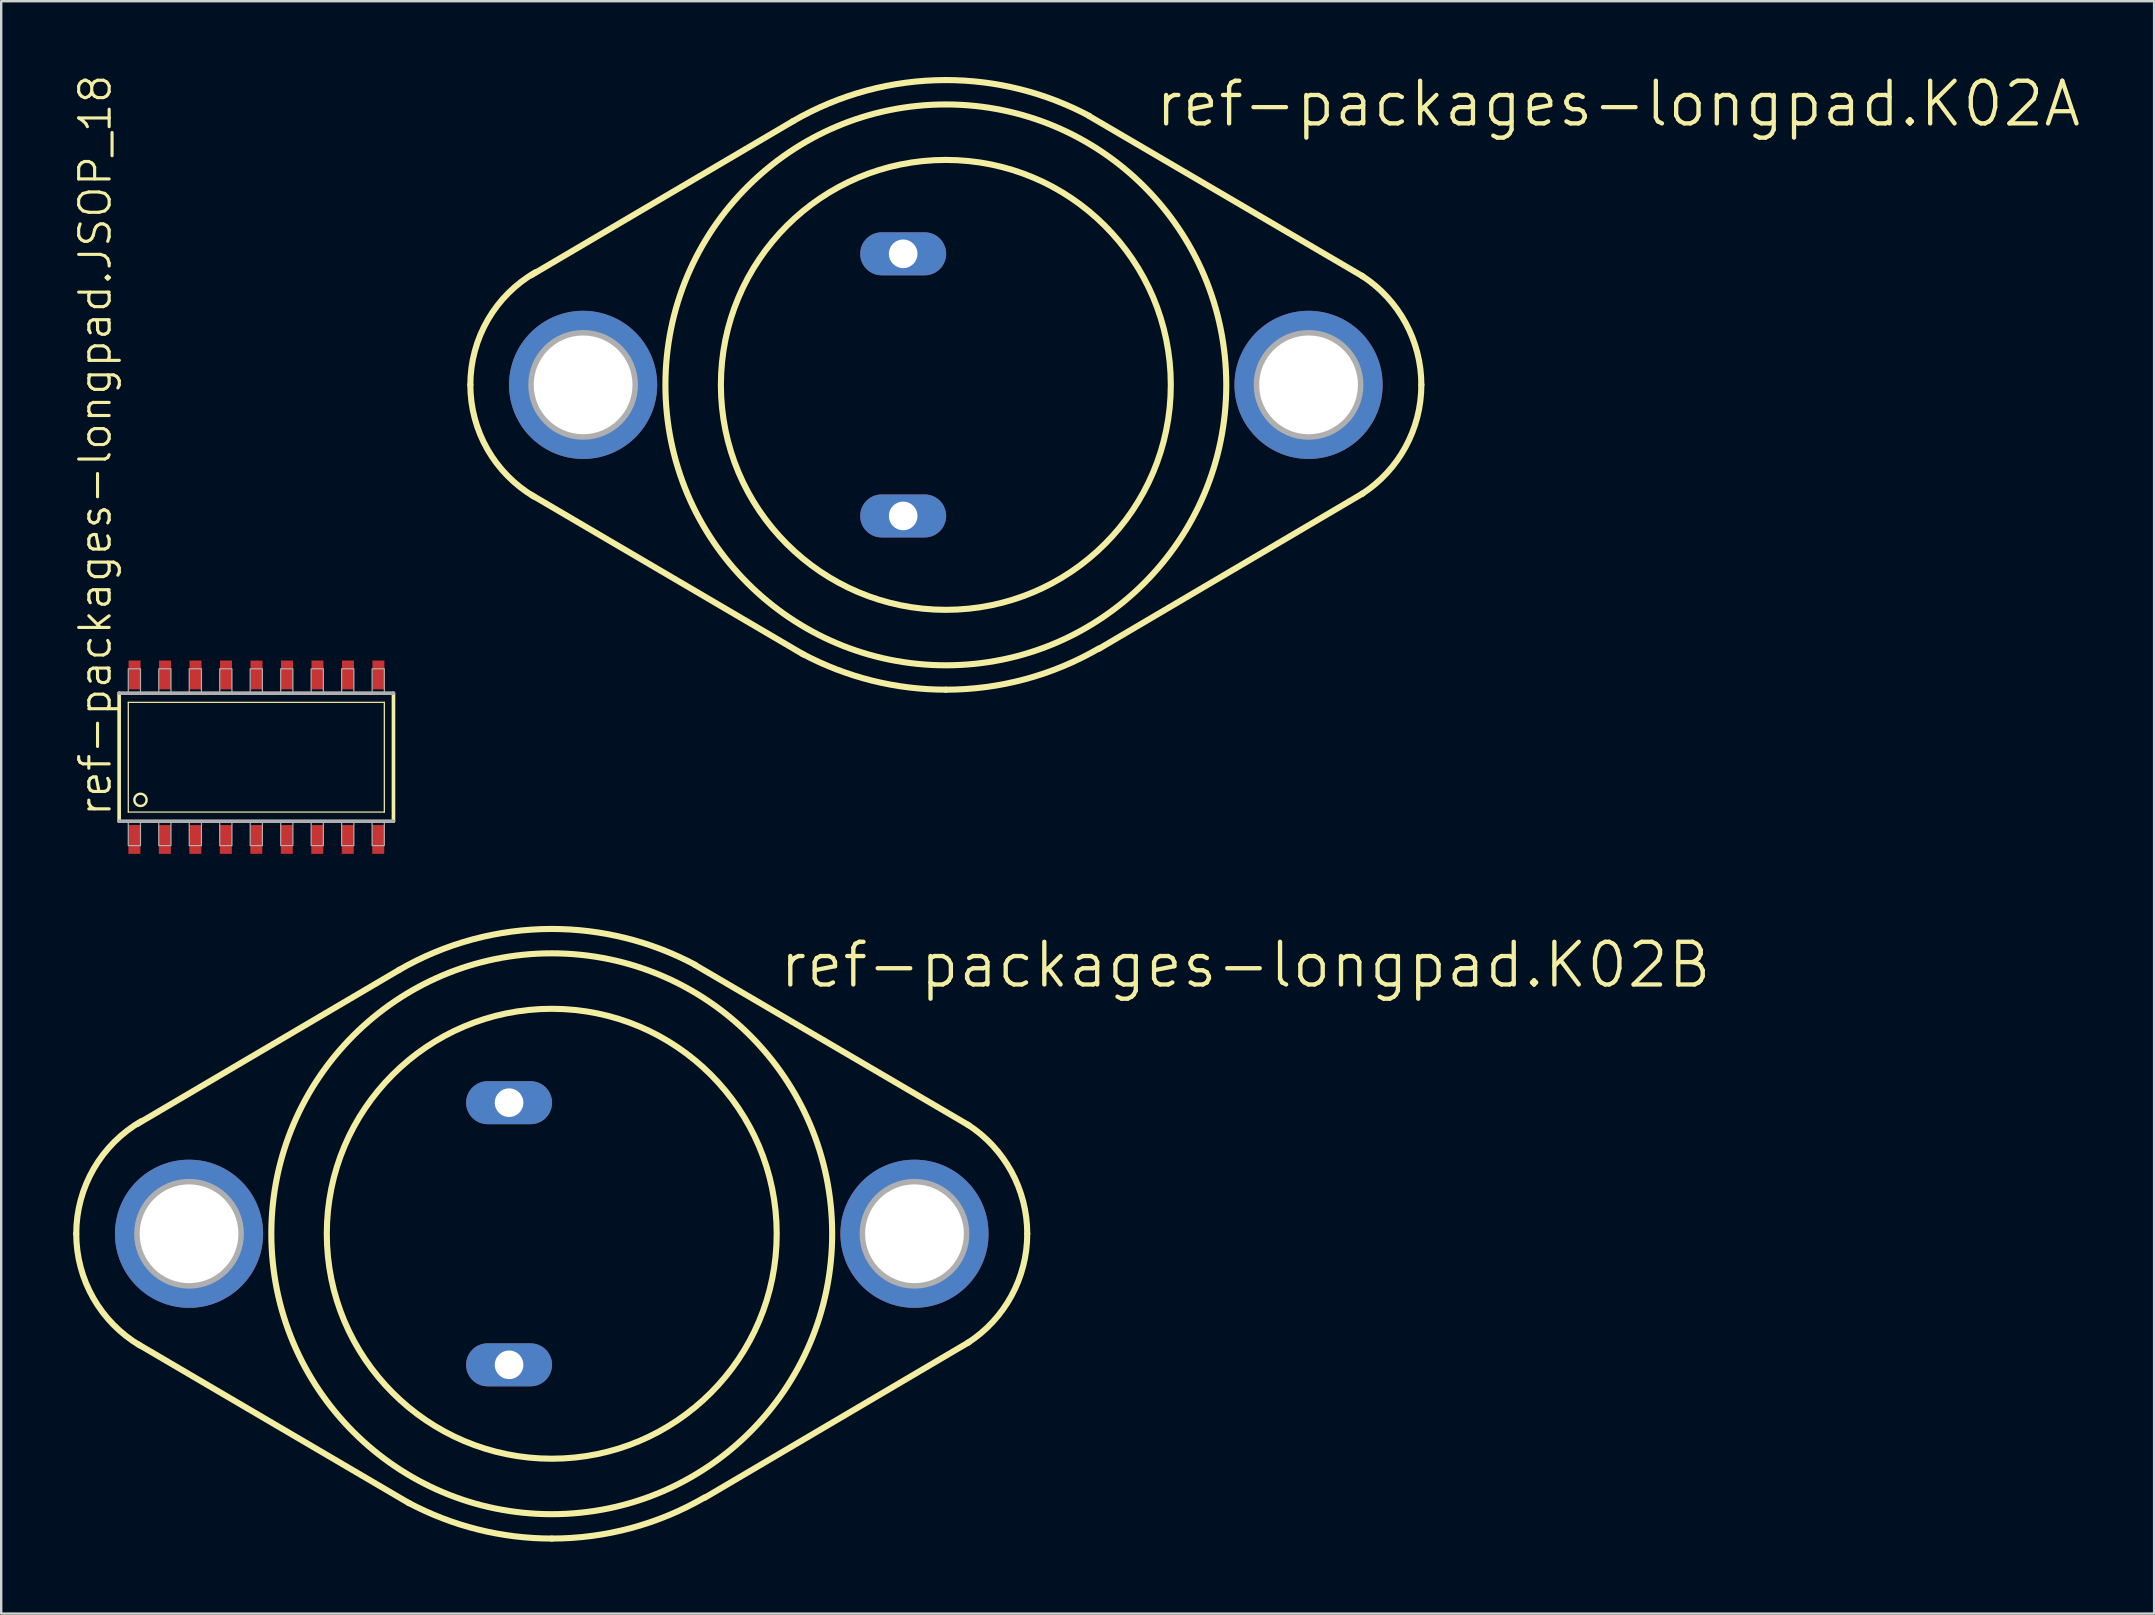
<source format=kicad_pcb>
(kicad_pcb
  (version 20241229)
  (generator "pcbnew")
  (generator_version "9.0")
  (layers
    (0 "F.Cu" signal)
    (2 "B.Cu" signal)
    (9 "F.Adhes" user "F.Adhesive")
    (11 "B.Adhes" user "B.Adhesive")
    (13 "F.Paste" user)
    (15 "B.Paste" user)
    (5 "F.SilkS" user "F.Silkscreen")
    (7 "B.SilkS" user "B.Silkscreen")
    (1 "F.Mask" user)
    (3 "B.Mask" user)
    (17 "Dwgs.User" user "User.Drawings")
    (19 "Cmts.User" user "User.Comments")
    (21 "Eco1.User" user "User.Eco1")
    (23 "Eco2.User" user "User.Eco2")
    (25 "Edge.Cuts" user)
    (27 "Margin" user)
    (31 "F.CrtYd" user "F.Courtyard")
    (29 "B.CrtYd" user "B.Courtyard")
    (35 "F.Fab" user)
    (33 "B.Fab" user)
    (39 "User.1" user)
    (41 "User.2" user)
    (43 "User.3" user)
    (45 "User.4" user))
  (footprint "ref-packages-longpad.JSOP_18"
    (layer "F.Cu")
    (at 7.629 28.499)
    (property "Reference" "ref-packages-longpad.JSOP_18" (at -5.969 2.54 90) (layer "F.SilkS") (effects (font (size 1.27 1.27) (thickness 0.13)) (justify left bottom)))
    (attr smd)
    (fp_line (start -5.715 2.667) (end -5.715 -2.667) (stroke (width 0.152) (type default)) (layer "F.SilkS"))
    (fp_line (start -5.334 -2.286) (end 5.334 -2.286) (stroke (width 0.051) (type default)) (layer "F.SilkS"))
    (fp_line (start -5.334 2.286) (end -5.334 -2.286) (stroke (width 0.051) (type default)) (layer "F.SilkS"))
    (fp_line (start 5.334 -2.286) (end 5.334 2.286) (stroke (width 0.051) (type default)) (layer "F.SilkS"))
    (fp_line (start 5.334 2.286) (end -5.334 2.286) (stroke (width 0.051) (type default)) (layer "F.SilkS"))
    (fp_line (start 5.715 -2.667) (end 5.715 2.667) (stroke (width 0.152) (type default)) (layer "F.SilkS"))
    (fp_circle (center -4.826 1.778) (end -4.572 1.778) (stroke (width 0.1) (type default)) (fill no) (layer "F.SilkS"))
    (fp_line (start -5.715 -2.667) (end 5.715 -2.667) (stroke (width 0.152) (type default)) (layer "F.Fab"))
    (fp_line (start 5.715 2.667) (end -5.715 2.667) (stroke (width 0.152) (type default)) (layer "F.Fab"))
    (fp_rect (start -5.334 -2.667) (end -4.826 -3.683) (stroke (width 0.05) (type default)) (fill no) (layer "F.Fab"))
    (fp_rect (start -5.334 3.683) (end -4.826 2.667) (stroke (width 0.05) (type default)) (fill no) (layer "F.Fab"))
    (fp_rect (start -4.064 -2.667) (end -3.556 -3.683) (stroke (width 0.05) (type default)) (fill no) (layer "F.Fab"))
    (fp_rect (start -4.064 3.683) (end -3.556 2.667) (stroke (width 0.05) (type default)) (fill no) (layer "F.Fab"))
    (fp_rect (start -2.794 -2.667) (end -2.286 -3.683) (stroke (width 0.05) (type default)) (fill no) (layer "F.Fab"))
    (fp_rect (start -2.794 3.683) (end -2.286 2.667) (stroke (width 0.05) (type default)) (fill no) (layer "F.Fab"))
    (fp_rect (start -1.524 -2.667) (end -1.016 -3.683) (stroke (width 0.05) (type default)) (fill no) (layer "F.Fab"))
    (fp_rect (start -1.524 3.683) (end -1.016 2.667) (stroke (width 0.05) (type default)) (fill no) (layer "F.Fab"))
    (fp_rect (start -0.254 -2.667) (end 0.254 -3.683) (stroke (width 0.05) (type default)) (fill no) (layer "F.Fab"))
    (fp_rect (start -0.254 3.683) (end 0.254 2.667) (stroke (width 0.05) (type default)) (fill no) (layer "F.Fab"))
    (fp_rect (start 1.016 -2.667) (end 1.524 -3.683) (stroke (width 0.05) (type default)) (fill no) (layer "F.Fab"))
    (fp_rect (start 1.016 3.683) (end 1.524 2.667) (stroke (width 0.05) (type default)) (fill no) (layer "F.Fab"))
    (fp_rect (start 2.286 -2.667) (end 2.794 -3.683) (stroke (width 0.05) (type default)) (fill no) (layer "F.Fab"))
    (fp_rect (start 2.286 3.683) (end 2.794 2.667) (stroke (width 0.05) (type default)) (fill no) (layer "F.Fab"))
    (fp_rect (start 3.556 -2.667) (end 4.064 -3.683) (stroke (width 0.05) (type default)) (fill no) (layer "F.Fab"))
    (fp_rect (start 3.556 3.683) (end 4.064 2.667) (stroke (width 0.05) (type default)) (fill no) (layer "F.Fab"))
    (fp_rect (start 4.826 -2.667) (end 5.334 -3.683) (stroke (width 0.05) (type default)) (fill no) (layer "F.Fab"))
    (fp_rect (start 4.826 3.683) (end 5.334 2.667) (stroke (width 0.05) (type default)) (fill no) (layer "F.Fab"))
    (pad "1" smd roundrect (at -5.08 3.429) (size 0.5 1.2) (layers "F.Cu" "F.Mask" "F.Paste") (roundrect_rratio 0.01))
    (pad "2" smd roundrect (at -3.81 3.429) (size 0.5 1.2) (layers "F.Cu" "F.Mask" "F.Paste") (roundrect_rratio 0.01))
    (pad "3" smd roundrect (at -2.54 3.429) (size 0.5 1.2) (layers "F.Cu" "F.Mask" "F.Paste") (roundrect_rratio 0.01))
    (pad "4" smd roundrect (at -1.27 3.429) (size 0.5 1.2) (layers "F.Cu" "F.Mask" "F.Paste") (roundrect_rratio 0.01))
    (pad "5" smd roundrect (at 0 3.429) (size 0.5 1.2) (layers "F.Cu" "F.Mask" "F.Paste") (roundrect_rratio 0.01))
    (pad "6" smd roundrect (at 1.27 3.429) (size 0.5 1.2) (layers "F.Cu" "F.Mask" "F.Paste") (roundrect_rratio 0.01))
    (pad "7" smd roundrect (at 2.54 3.429) (size 0.5 1.2) (layers "F.Cu" "F.Mask" "F.Paste") (roundrect_rratio 0.01))
    (pad "8" smd roundrect (at 3.81 3.429) (size 0.5 1.2) (layers "F.Cu" "F.Mask" "F.Paste") (roundrect_rratio 0.01))
    (pad "9" smd roundrect (at 5.08 3.429) (size 0.5 1.2) (layers "F.Cu" "F.Mask" "F.Paste") (roundrect_rratio 0.01))
    (pad "10" smd roundrect (at 5.088 -3.429) (size 0.5 1.2) (layers "F.Cu" "F.Mask" "F.Paste") (roundrect_rratio 0.01))
    (pad "11" smd roundrect (at 3.818 -3.429) (size 0.5 1.2) (layers "F.Cu" "F.Mask" "F.Paste") (roundrect_rratio 0.01))
    (pad "12" smd roundrect (at 2.548 -3.429) (size 0.5 1.2) (layers "F.Cu" "F.Mask" "F.Paste") (roundrect_rratio 0.01))
    (pad "13" smd roundrect (at 1.278 -3.429) (size 0.5 1.2) (layers "F.Cu" "F.Mask" "F.Paste") (roundrect_rratio 0.01))
    (pad "14" smd roundrect (at 0.008 -3.429) (size 0.5 1.2) (layers "F.Cu" "F.Mask" "F.Paste") (roundrect_rratio 0.01))
    (pad "15" smd roundrect (at -1.262 -3.429) (size 0.5 1.2) (layers "F.Cu" "F.Mask" "F.Paste") (roundrect_rratio 0.01))
    (pad "16" smd roundrect (at -2.532 -3.429) (size 0.5 1.2) (layers "F.Cu" "F.Mask" "F.Paste") (roundrect_rratio 0.01))
    (pad "17" smd roundrect (at -3.802 -3.429) (size 0.5 1.2) (layers "F.Cu" "F.Mask" "F.Paste") (roundrect_rratio 0.01))
    (pad "18" smd roundrect (at -5.072 -3.429) (size 0.5 1.2) (layers "F.Cu" "F.Mask" "F.Paste") (roundrect_rratio 0.01)))
  (footprint "ref-packages-longpad.K02B"
    (layer "F.Cu")
    (at 19.939 48.355)
    (property "Reference" "ref-packages-longpad.K02B" (at 9.398 -10.16 0) (layer "F.SilkS") (effects (font (size 1.778 1.778) (thickness 0.18)) (justify left bottom)))
    (attr through_hole)
    (fp_line (start -6.35 -10.998) (end -17.272 -4.572) (stroke (width 0.254) (type default)) (layer "F.SilkS"))
    (fp_line (start -5.944 11.227) (end -17.247 4.597) (stroke (width 0.254) (type default)) (layer "F.SilkS"))
    (fp_line (start 5.969 -11.201) (end 17.374 -4.521) (stroke (width 0.254) (type default)) (layer "F.SilkS"))
    (fp_line (start 6.375 10.998) (end 17.374 4.521) (stroke (width 0.254) (type default)) (layer "F.SilkS"))
    (fp_arc (start -19.812 0) (mid -19.08306 -2.712168) (end -17.0927 -4.6935) (stroke (width 0.254) (type default)) (layer "F.SilkS"))
    (fp_arc (start -17.1555 4.657) (mid -19.101186 2.680705) (end -19.812 0) (stroke (width 0.254) (type default)) (layer "F.SilkS"))
    (fp_arc (start -6.3718 -10.9859) (mid -3.299165 -12.263989) (end 0 -12.7) (stroke (width 0.254) (type default)) (layer "F.SilkS"))
    (fp_arc (start 0 -12.7) (mid 3.080216 -12.320822) (end 5.9765 -11.2059) (stroke (width 0.254) (type default)) (layer "F.SilkS"))
    (fp_arc (start 0 12.7) (mid -3.080216 12.320822) (end -5.9765 11.2059) (stroke (width 0.254) (type default)) (layer "F.SilkS"))
    (fp_arc (start 6.3718 10.9859) (mid 3.299165 12.263989) (end 0 12.7) (stroke (width 0.254) (type default)) (layer "F.SilkS"))
    (fp_arc (start 17.3366 -4.545) (mid 19.153012 -2.587691) (end 19.812 0) (stroke (width 0.254) (type default)) (layer "F.SilkS"))
    (fp_arc (start 19.812 0) (mid 19.153012 2.587691) (end 17.3366 4.545) (stroke (width 0.254) (type default)) (layer "F.SilkS"))
    (fp_circle (center 0 0) (end 9.373 0) (stroke (width 0.254) (type default)) (fill no) (layer "F.SilkS"))
    (fp_circle (center 0 0) (end 11.684 0) (stroke (width 0.254) (type default)) (fill no) (layer "F.SilkS"))
    (fp_circle (center -15.113 0) (end -12.954 0) (stroke (width 0.254) (type default)) (fill no) (layer "F.Fab"))
    (fp_circle (center 15.113 0) (end 17.272 0) (stroke (width 0.254) (type default)) (fill no) (layer "F.Fab"))
    (pad "1" thru_hole oval (at -1.778 -5.461) (size 3.581 1.791) (drill 1.194) (layers "*.Cu" "*.Mask"))
    (pad "2" thru_hole oval (at -1.778 5.461) (size 3.581 1.791) (drill 1.194) (layers "*.Cu" "*.Mask"))
    (pad "3" thru_hole circle (at 15.113 0) (size 6.172 6.172) (drill 4.115) (layers "*.Cu" "*.Mask"))
    (pad "3/" thru_hole circle (at -15.113 0) (size 6.172 6.172) (drill 4.115) (layers "*.Cu" "*.Mask")))
  (footprint "ref-packages-longpad.K02A"
    (layer "F.Cu")
    (at 36.359 12.986)
    (property "Reference" "ref-packages-longpad.K02A" (at 8.636 -10.668 0) (layer "F.SilkS") (effects (font (size 1.778 1.778) (thickness 0.18)) (justify left bottom)))
    (attr through_hole)
    (fp_line (start -6.35 -10.998) (end -17.272 -4.572) (stroke (width 0.254) (type default)) (layer "F.SilkS"))
    (fp_line (start -5.944 11.227) (end -17.247 4.597) (stroke (width 0.254) (type default)) (layer "F.SilkS"))
    (fp_line (start 5.969 -11.201) (end 17.374 -4.521) (stroke (width 0.254) (type default)) (layer "F.SilkS"))
    (fp_line (start 6.375 10.998) (end 17.374 4.521) (stroke (width 0.254) (type default)) (layer "F.SilkS"))
    (fp_arc (start -19.812 0) (mid -19.08306 -2.712168) (end -17.0927 -4.6935) (stroke (width 0.254) (type default)) (layer "F.SilkS"))
    (fp_arc (start -17.1555 4.657) (mid -19.101186 2.680705) (end -19.812 0) (stroke (width 0.254) (type default)) (layer "F.SilkS"))
    (fp_arc (start -6.3718 -10.9859) (mid -3.299165 -12.263989) (end 0 -12.7) (stroke (width 0.254) (type default)) (layer "F.SilkS"))
    (fp_arc (start 0 -12.7) (mid 3.080216 -12.320822) (end 5.9765 -11.2059) (stroke (width 0.254) (type default)) (layer "F.SilkS"))
    (fp_arc (start 0 12.7) (mid -3.080216 12.320822) (end -5.9765 11.2059) (stroke (width 0.254) (type default)) (layer "F.SilkS"))
    (fp_arc (start 6.3718 10.9859) (mid 3.299165 12.263989) (end 0 12.7) (stroke (width 0.254) (type default)) (layer "F.SilkS"))
    (fp_arc (start 17.3366 -4.545) (mid 19.153012 -2.587691) (end 19.812 0) (stroke (width 0.254) (type default)) (layer "F.SilkS"))
    (fp_arc (start 19.812 0) (mid 19.153012 2.587691) (end 17.3366 4.545) (stroke (width 0.254) (type default)) (layer "F.SilkS"))
    (fp_circle (center 0 0) (end 9.373 0) (stroke (width 0.254) (type default)) (fill no) (layer "F.SilkS"))
    (fp_circle (center 0 0) (end 11.684 0) (stroke (width 0.254) (type default)) (fill no) (layer "F.SilkS"))
    (fp_circle (center -15.113 0) (end -12.954 0) (stroke (width 0.254) (type default)) (fill no) (layer "F.Fab"))
    (fp_circle (center 15.113 0) (end 17.272 0) (stroke (width 0.254) (type default)) (fill no) (layer "F.Fab"))
    (pad "1" thru_hole oval (at -1.778 -5.461) (size 3.581 1.791) (drill 1.194) (layers "*.Cu" "*.Mask"))
    (pad "2" thru_hole oval (at -1.778 5.461) (size 3.581 1.791) (drill 1.194) (layers "*.Cu" "*.Mask"))
    (pad "3" thru_hole circle (at 15.113 0) (size 6.172 6.172) (drill 4.115) (layers "*.Cu" "*.Mask"))
    (pad "3/" thru_hole circle (at -15.113 0) (size 6.172 6.172) (drill 4.115) (layers "*.Cu" "*.Mask")))
  (gr_rect
    (start -3 -3)
    (end 86.703 64.182)
    (stroke (width 0.1) (type default))
    (fill no)
    (layer "Edge.Cuts")))
</source>
